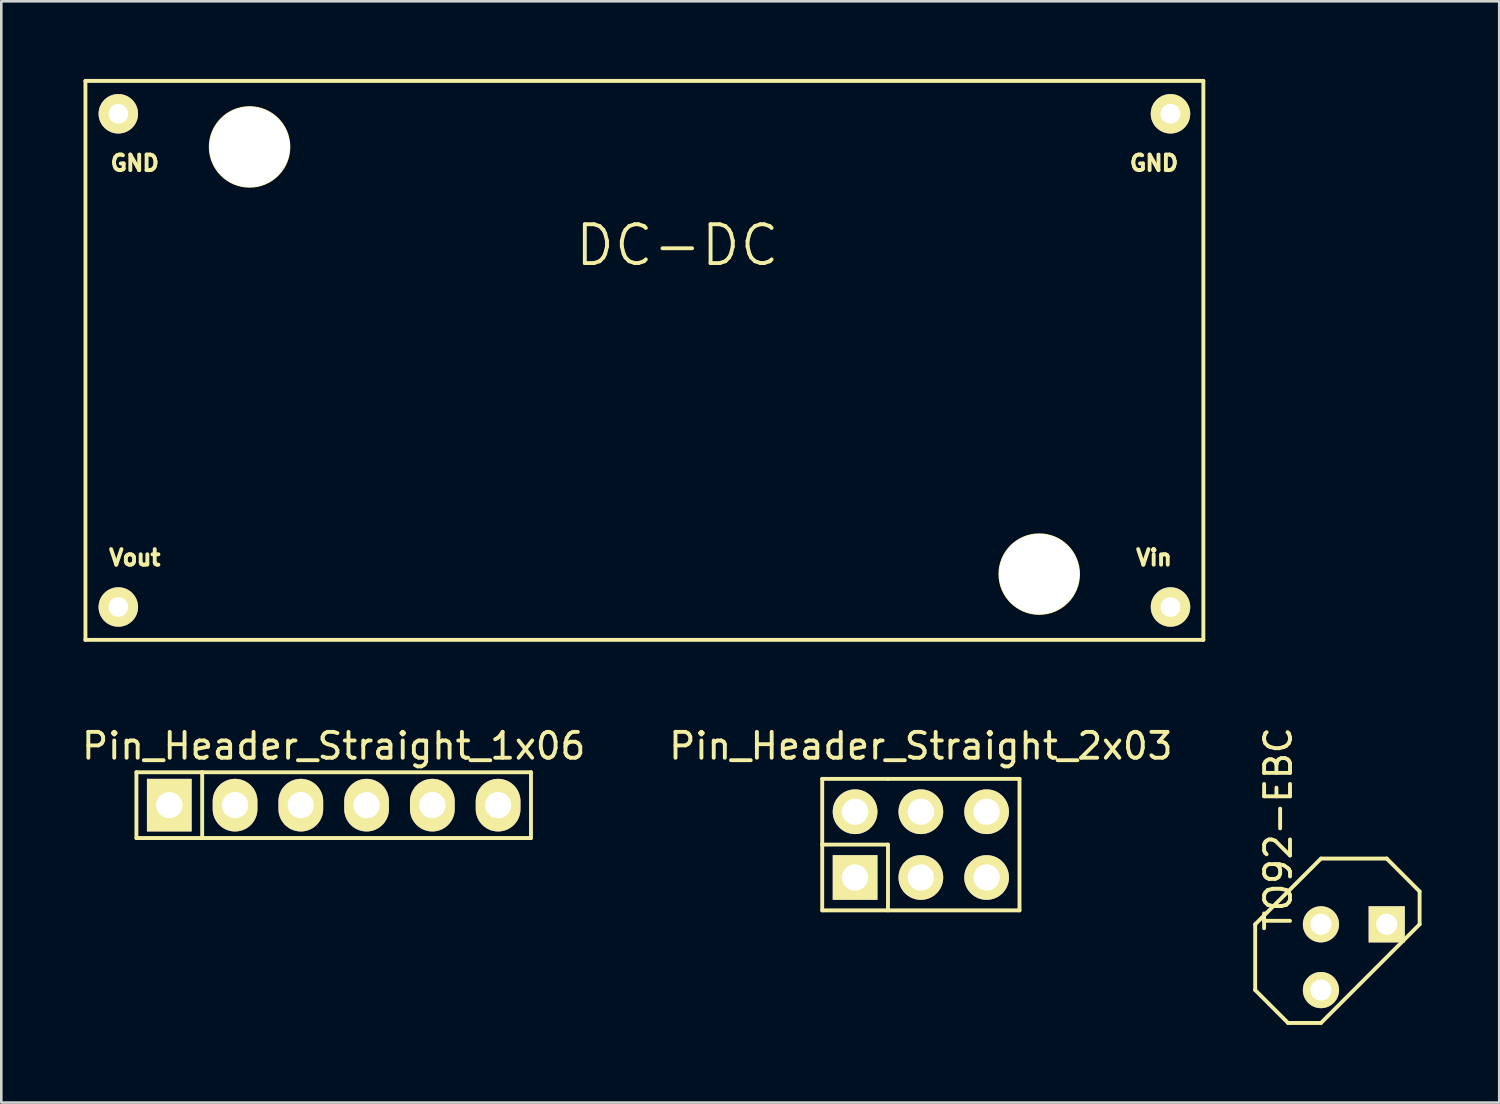
<source format=kicad_pcb>
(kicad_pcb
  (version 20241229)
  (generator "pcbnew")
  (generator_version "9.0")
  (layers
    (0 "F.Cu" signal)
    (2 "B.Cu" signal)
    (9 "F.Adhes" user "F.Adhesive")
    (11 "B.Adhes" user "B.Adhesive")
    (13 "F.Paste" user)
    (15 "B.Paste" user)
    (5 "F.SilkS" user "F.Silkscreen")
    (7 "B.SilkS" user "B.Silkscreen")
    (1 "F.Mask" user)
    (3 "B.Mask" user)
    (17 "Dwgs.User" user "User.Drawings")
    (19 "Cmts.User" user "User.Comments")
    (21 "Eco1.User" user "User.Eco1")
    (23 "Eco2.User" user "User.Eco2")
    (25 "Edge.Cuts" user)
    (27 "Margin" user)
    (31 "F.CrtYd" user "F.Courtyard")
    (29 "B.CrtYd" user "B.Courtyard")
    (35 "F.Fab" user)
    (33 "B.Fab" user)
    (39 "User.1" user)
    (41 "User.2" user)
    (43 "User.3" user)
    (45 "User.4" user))
  (footprint "DC-DC"
    (layer "F.Cu")
    (at 0.25 21.665)
    (property "Reference" "DC-DC" (at 22.86 -15.24 0) (layer "F.SilkS") (effects (font (size 1.5 1.5) (thickness 0.15))))
    (attr through_hole)
    (fp_line (start 0 -21.59) (end 43.18 -21.59) (stroke (width 0.15) (type solid)) (layer "F.SilkS"))
    (fp_line (start 0 0) (end 0 -21.59) (stroke (width 0.15) (type solid)) (layer "F.SilkS"))
    (fp_line (start 43.18 -21.59) (end 43.18 0) (stroke (width 0.15) (type solid)) (layer "F.SilkS"))
    (fp_line (start 43.18 0) (end 0 0) (stroke (width 0.15) (type solid)) (layer "F.SilkS"))
    (fp_circle (center 6.34 -19.04) (end 4.84 -19.04) (stroke (width 0.15) (type solid)) (fill no) (layer "F.SilkS"))
    (fp_circle (center 36.84 -2.54) (end 35.34 -2.54) (stroke (width 0.15) (type solid)) (fill no) (layer "F.SilkS"))
    (fp_text user "Vout" (at 1.905 -3.175 0) (layer "F.SilkS") (effects (font (size 0.6 0.6) (thickness 0.15))))
    (fp_text user "GND" (at 1.905 -18.415 0) (layer "F.SilkS") (effects (font (size 0.6 0.6) (thickness 0.15))))
    (fp_text user "Vin" (at 41.275 -3.175 0) (layer "F.SilkS") (effects (font (size 0.6 0.6) (thickness 0.15))))
    (fp_text user "GND" (at 41.275 -18.415 0) (layer "F.SilkS") (effects (font (size 0.6 0.6) (thickness 0.15))))
    (pad "1" thru_hole circle (at 41.91 -20.32) (size 1.524 1.524) (drill 0.762) (layers "*.Cu" "*.Mask" "F.SilkS"))
    (pad "2" thru_hole circle (at 41.91 -1.27) (size 1.524 1.524) (drill 0.762) (layers "*.Cu" "*.Mask" "F.SilkS"))
    (pad "3" thru_hole circle (at 1.27 -1.27) (size 1.524 1.524) (drill 0.762) (layers "*.Cu" "*.Mask" "F.SilkS"))
    (pad "3" thru_hole circle (at 36.84 -2.54) (size 3.1 3.1) (drill 3.1) (layers "*.Cu" "*.Mask" "F.SilkS"))
    (pad "4" thru_hole circle (at 1.27 -20.32) (size 1.524 1.524) (drill 0.762) (layers "*.Cu" "*.Mask" "F.SilkS"))
    (pad "~" thru_hole circle (at 6.34 -19.04) (size 3.1 3.1) (drill 3.1) (layers "*.Cu" "*.Mask" "F.SilkS")))
  (footprint "Pin_Header_Straight_2x03"
    (layer "F.Cu")
    (at 32.518 29.573)
    (property "Reference" "Pin_Header_Straight_2x03" (at 0 -3.81 0) (layer "F.SilkS") (effects (font (size 1 1) (thickness 0.15))))
    (attr through_hole)
    (fp_line (start -3.81 -2.54) (end -3.81 0) (stroke (width 0.15) (type solid)) (layer "F.SilkS"))
    (fp_line (start -3.81 0) (end -1.27 0) (stroke (width 0.15) (type solid)) (layer "F.SilkS"))
    (fp_line (start -3.81 2.54) (end -3.81 0) (stroke (width 0.15) (type solid)) (layer "F.SilkS"))
    (fp_line (start -3.81 2.54) (end 3.81 2.54) (stroke (width 0.15) (type solid)) (layer "F.SilkS"))
    (fp_line (start -1.27 -2.54) (end -3.81 -2.54) (stroke (width 0.15) (type solid)) (layer "F.SilkS"))
    (fp_line (start -1.27 0) (end -1.27 2.54) (stroke (width 0.15) (type solid)) (layer "F.SilkS"))
    (fp_line (start 3.81 -2.54) (end -1.27 -2.54) (stroke (width 0.15) (type solid)) (layer "F.SilkS"))
    (fp_line (start 3.81 2.54) (end 3.81 -2.54) (stroke (width 0.15) (type solid)) (layer "F.SilkS"))
    (pad "1" thru_hole rect (at -2.54 1.27) (size 1.727 1.727) (drill 1.016) (layers "*.Cu" "*.Mask" "F.SilkS"))
    (pad "2" thru_hole oval (at -2.54 -1.27) (size 1.727 1.727) (drill 1.016) (layers "*.Cu" "*.Mask" "F.SilkS"))
    (pad "3" thru_hole oval (at 0 1.27) (size 1.727 1.727) (drill 1.016) (layers "*.Cu" "*.Mask" "F.SilkS"))
    (pad "4" thru_hole oval (at 0 -1.27) (size 1.727 1.727) (drill 1.016) (layers "*.Cu" "*.Mask" "F.SilkS"))
    (pad "5" thru_hole oval (at 2.54 1.27) (size 1.727 1.727) (drill 1.016) (layers "*.Cu" "*.Mask" "F.SilkS"))
    (pad "6" thru_hole oval (at 2.54 -1.27) (size 1.727 1.727) (drill 1.016) (layers "*.Cu" "*.Mask" "F.SilkS")))
  (footprint "Pin_Header_Straight_1x06"
    (layer "F.Cu")
    (at 9.839 28.049)
    (property "Reference" "Pin_Header_Straight_1x06" (at 0 -2.286 0) (layer "F.SilkS") (effects (font (size 1 1) (thickness 0.15))))
    (attr through_hole)
    (fp_line (start -7.62 -1.27) (end -7.62 1.27) (stroke (width 0.15) (type solid)) (layer "F.SilkS"))
    (fp_line (start -7.62 -1.27) (end -5.08 -1.27) (stroke (width 0.15) (type solid)) (layer "F.SilkS"))
    (fp_line (start -7.62 1.27) (end -5.08 1.27) (stroke (width 0.15) (type solid)) (layer "F.SilkS"))
    (fp_line (start -5.08 -1.27) (end -5.08 1.27) (stroke (width 0.15) (type solid)) (layer "F.SilkS"))
    (fp_line (start -5.08 -1.27) (end 7.62 -1.27) (stroke (width 0.15) (type solid)) (layer "F.SilkS"))
    (fp_line (start 7.62 -1.27) (end 7.62 1.27) (stroke (width 0.15) (type solid)) (layer "F.SilkS"))
    (fp_line (start 7.62 1.27) (end -5.08 1.27) (stroke (width 0.15) (type solid)) (layer "F.SilkS"))
    (pad "1" thru_hole rect (at -6.35 0) (size 1.727 2.032) (drill 1.016) (layers "*.Cu" "*.Mask" "F.SilkS"))
    (pad "2" thru_hole oval (at -3.81 0) (size 1.727 2.032) (drill 1.016) (layers "*.Cu" "*.Mask" "F.SilkS"))
    (pad "3" thru_hole oval (at -1.27 0) (size 1.727 2.032) (drill 1.016) (layers "*.Cu" "*.Mask" "F.SilkS"))
    (pad "4" thru_hole oval (at 1.27 0) (size 1.727 2.032) (drill 1.016) (layers "*.Cu" "*.Mask" "F.SilkS"))
    (pad "5" thru_hole oval (at 3.81 0) (size 1.727 2.032) (drill 1.016) (layers "*.Cu" "*.Mask" "F.SilkS"))
    (pad "6" thru_hole oval (at 6.35 0) (size 1.727 2.032) (drill 1.016) (layers "*.Cu" "*.Mask" "F.SilkS")))
  (footprint "TO92-EBC"
    (layer "F.Cu")
    (at 49.242 33.922)
    (property "Reference" "TO92-EBC" (at -2.921 -4.953 90) (layer "F.SilkS") (effects (font (size 1 1) (thickness 0.15))))
    (attr through_hole)
    (fp_line (start -3.81 -1.27) (end -3.81 1.27) (stroke (width 0.15) (type solid)) (layer "F.SilkS"))
    (fp_line (start -3.81 1.27) (end -2.54 2.54) (stroke (width 0.15) (type solid)) (layer "F.SilkS"))
    (fp_line (start -2.54 2.54) (end -1.27 2.54) (stroke (width 0.15) (type solid)) (layer "F.SilkS"))
    (fp_line (start -1.27 -3.81) (end -3.81 -1.27) (stroke (width 0.15) (type solid)) (layer "F.SilkS"))
    (fp_line (start -1.27 2.54) (end 2.54 -1.27) (stroke (width 0.15) (type solid)) (layer "F.SilkS"))
    (fp_line (start 1.27 -3.81) (end -1.27 -3.81) (stroke (width 0.15) (type solid)) (layer "F.SilkS"))
    (fp_line (start 2.54 -2.54) (end 1.27 -3.81) (stroke (width 0.15) (type solid)) (layer "F.SilkS"))
    (fp_line (start 2.54 -1.27) (end 2.54 -2.54) (stroke (width 0.15) (type solid)) (layer "F.SilkS"))
    (pad "B" thru_hole circle (at -1.27 -1.27) (size 1.397 1.397) (drill 0.813) (layers "*.Cu" "*.Mask" "F.SilkS"))
    (pad "C" thru_hole circle (at -1.27 1.27) (size 1.397 1.397) (drill 0.813) (layers "*.Cu" "*.Mask" "F.SilkS"))
    (pad "E" thru_hole rect (at 1.27 -1.27) (size 1.397 1.397) (drill 0.813) (layers "*.Cu" "*.Mask" "F.SilkS")))
  (gr_rect
    (start -3 -3)
    (end 54.857 39.537)
    (stroke (width 0.1) (type default))
    (fill no)
    (layer "Edge.Cuts")))
</source>
